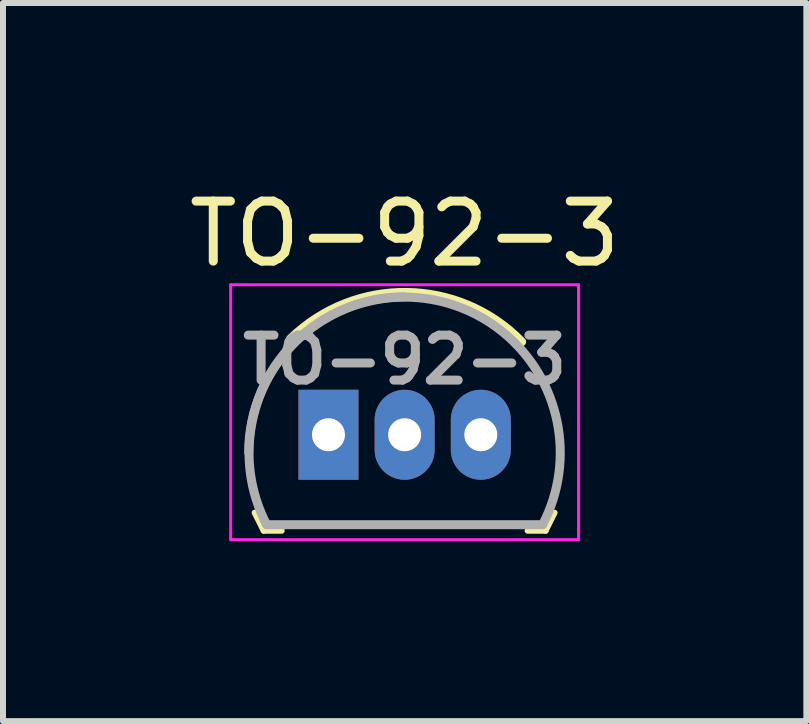
<source format=kicad_pcb>
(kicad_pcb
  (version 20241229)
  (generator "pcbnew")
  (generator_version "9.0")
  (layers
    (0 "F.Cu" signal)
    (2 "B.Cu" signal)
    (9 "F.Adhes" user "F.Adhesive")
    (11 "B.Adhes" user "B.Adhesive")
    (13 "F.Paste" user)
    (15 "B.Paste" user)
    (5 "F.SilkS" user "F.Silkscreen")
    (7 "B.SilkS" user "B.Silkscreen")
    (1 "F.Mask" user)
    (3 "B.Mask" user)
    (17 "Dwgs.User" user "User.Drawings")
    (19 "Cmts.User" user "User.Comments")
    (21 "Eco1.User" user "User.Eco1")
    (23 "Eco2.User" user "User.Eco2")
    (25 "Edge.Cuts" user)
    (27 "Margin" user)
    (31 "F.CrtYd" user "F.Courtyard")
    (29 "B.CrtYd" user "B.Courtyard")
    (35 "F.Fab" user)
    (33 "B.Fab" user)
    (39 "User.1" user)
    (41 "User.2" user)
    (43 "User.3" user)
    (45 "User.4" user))
  (footprint "TO-92-3"
    (layer "F.Cu")
    (at 2.426 4.198)
    (property "Reference" "TO-92-3" (at 1.27 -3.35 0) (layer "F.SilkS") (effects (font (size 1 1) (thickness 0.15))))
    (attr through_hole)
    (fp_line (start -1.08 1.6) (end -1.23 1.3) (stroke (width 0.1) (type solid)) (layer "F.SilkS"))
    (fp_line (start -0.78 1.6) (end -1.08 1.6) (stroke (width 0.1) (type solid)) (layer "F.SilkS"))
    (fp_line (start 3.62 1.6) (end 3.32 1.6) (stroke (width 0.1) (type solid)) (layer "F.SilkS"))
    (fp_line (start 3.62 1.6) (end 3.77 1.3) (stroke (width 0.1) (type solid)) (layer "F.SilkS"))
    (fp_arc (start -0.63 -1.6) (mid 1.305355 -2.372361) (end 3.22 -1.55) (stroke (width 0.15) (type solid)) (layer "F.SilkS"))
    (fp_line (start -1.63 -2.5) (end 4.17 -2.5) (stroke (width 0.05) (type solid)) (layer "F.CrtYd"))
    (fp_line (start -1.63 1.75) (end -1.63 -2.5) (stroke (width 0.05) (type solid)) (layer "F.CrtYd"))
    (fp_line (start -1.63 1.75) (end 4.17 1.75) (stroke (width 0.05) (type solid)) (layer "F.CrtYd"))
    (fp_line (start 4.17 1.75) (end 4.17 -2.5) (stroke (width 0.05) (type solid)) (layer "F.CrtYd"))
    (fp_line (start 3.57 1.5) (end -1.03 1.5) (stroke (width 0.15) (type solid)) (layer "F.Fab"))
    (fp_arc (start -1.33 0.3) (mid -0.568478 -1.538478) (end 1.27 -2.3) (stroke (width 0.15) (type solid)) (layer "F.Fab"))
    (fp_arc (start -1.03 1.5) (mid 1.267609 -2.294223) (end 3.572208 1.495758) (stroke (width 0.15) (type solid)) (layer "F.Fab"))
    (fp_text user "${REFERENCE}" (at 1.27 -1.25 180) (layer "F.Fab") (effects (font (size 0.75 0.75) (thickness 0.15))))
    (pad "1" thru_hole rect (at 0 0 180) (size 1 1.5) (drill 0.55) (layers "*.Cu" "*.Mask"))
    (pad "2" thru_hole oval (at 1.27 0 180) (size 1 1.5) (drill 0.55) (layers "*.Cu" "*.Mask"))
    (pad "3" thru_hole oval (at 2.54 0 180) (size 1 1.5) (drill 0.55) (layers "*.Cu" "*.Mask")))
  (gr_rect
    (start -3 -3)
    (end 10.393 8.973)
    (stroke (width 0.1) (type default))
    (fill no)
    (layer "Edge.Cuts")))
</source>
